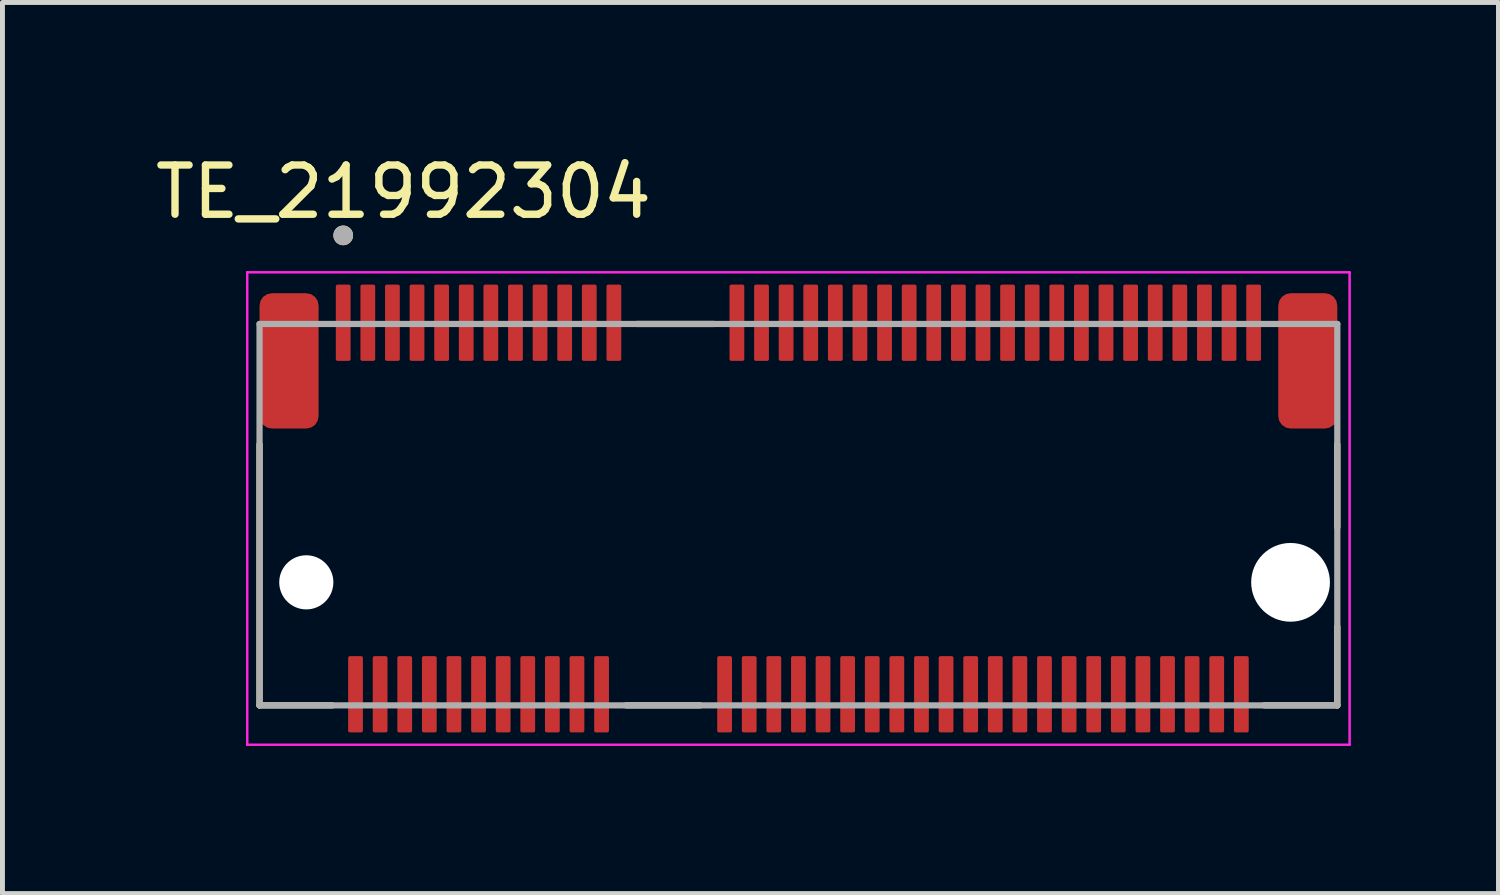
<source format=kicad_pcb>
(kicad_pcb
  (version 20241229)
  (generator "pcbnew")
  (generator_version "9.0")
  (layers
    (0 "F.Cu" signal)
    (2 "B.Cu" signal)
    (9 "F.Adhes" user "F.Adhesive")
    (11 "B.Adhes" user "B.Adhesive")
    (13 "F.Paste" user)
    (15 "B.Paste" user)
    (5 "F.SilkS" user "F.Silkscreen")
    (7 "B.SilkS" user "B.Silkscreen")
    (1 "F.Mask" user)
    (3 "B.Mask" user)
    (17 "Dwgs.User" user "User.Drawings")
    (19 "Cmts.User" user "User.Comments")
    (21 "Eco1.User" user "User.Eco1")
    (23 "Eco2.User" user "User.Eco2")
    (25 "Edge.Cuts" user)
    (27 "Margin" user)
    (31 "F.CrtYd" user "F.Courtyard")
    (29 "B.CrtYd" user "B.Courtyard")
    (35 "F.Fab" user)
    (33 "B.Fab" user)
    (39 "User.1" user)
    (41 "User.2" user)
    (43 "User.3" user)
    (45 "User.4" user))
  (footprint "TE_21992304"
    (layer "F.Cu")
    (at 13.174 8.783)
    (property "Reference" "TE_21992304" (at -8.025 -7.935 0) (layer "F.SilkS") (effects (font (size 1 1) (thickness 0.15))))
    (attr through_hole)
    (fp_line (start -10.95 2.5) (end -10.95 -2.805) (stroke (width 0.127) (type solid)) (layer "F.SilkS"))
    (fp_line (start -10.95 2.5) (end -9.47 2.5) (stroke (width 0.127) (type solid)) (layer "F.SilkS"))
    (fp_line (start -3.5 2.5) (end -2 2.5) (stroke (width 0.127) (type solid)) (layer "F.SilkS"))
    (fp_line (start -3.28 -5.25) (end -1.72 -5.25) (stroke (width 0.127) (type solid)) (layer "F.SilkS"))
    (fp_line (start 9.47 2.5) (end 10.95 2.5) (stroke (width 0.127) (type solid)) (layer "F.SilkS"))
    (fp_line (start 10.95 -2.805) (end 10.95 -1.12) (stroke (width 0.127) (type solid)) (layer "F.SilkS"))
    (fp_line (start 10.95 2.5) (end 10.95 0.9) (stroke (width 0.127) (type solid)) (layer "F.SilkS"))
    (fp_circle (center -9.25 -7.05) (end -9.15 -7.05) (stroke (width 0.2) (type solid)) (fill no) (layer "F.SilkS"))
    (fp_line (start -11.2 -6.3) (end -11.2 3.3) (stroke (width 0.05) (type solid)) (layer "F.CrtYd"))
    (fp_line (start -11.2 3.3) (end 11.2 3.3) (stroke (width 0.05) (type solid)) (layer "F.CrtYd"))
    (fp_line (start 11.2 -6.3) (end -11.2 -6.3) (stroke (width 0.05) (type solid)) (layer "F.CrtYd"))
    (fp_line (start 11.2 3.3) (end 11.2 -6.3) (stroke (width 0.05) (type solid)) (layer "F.CrtYd"))
    (fp_line (start -10.95 -5.25) (end 10.95 -5.25) (stroke (width 0.127) (type solid)) (layer "F.Fab"))
    (fp_line (start -10.95 2.5) (end -10.95 -5.25) (stroke (width 0.127) (type solid)) (layer "F.Fab"))
    (fp_line (start 10.95 -5.25) (end 10.95 2.5) (stroke (width 0.127) (type solid)) (layer "F.Fab"))
    (fp_line (start 10.95 2.5) (end -10.95 2.5) (stroke (width 0.127) (type solid)) (layer "F.Fab"))
    (fp_circle (center -9.25 -7.05) (end -9.15 -7.05) (stroke (width 0.2) (type solid)) (fill no) (layer "F.Fab"))
    (pad "" np_thru_hole circle (at -10 0) (size 1.1 1.1) (drill 1.1) (layers "*.Cu" "*.Mask"))
    (pad "" np_thru_hole circle (at 10 0) (size 1.6 1.6) (drill 1.6) (layers "*.Cu" "*.Mask"))
    (pad "1" smd roundrect (at -9.25 -5.275) (size 0.3 1.55) (layers "F.Cu" "F.Mask" "F.Paste") (roundrect_rratio 0.12))
    (pad "2" smd roundrect (at -9 2.275) (size 0.3 1.55) (layers "F.Cu" "F.Mask" "F.Paste") (roundrect_rratio 0.12))
    (pad "3" smd roundrect (at -8.75 -5.275) (size 0.3 1.55) (layers "F.Cu" "F.Mask" "F.Paste") (roundrect_rratio 0.12))
    (pad "4" smd roundrect (at -8.5 2.275) (size 0.3 1.55) (layers "F.Cu" "F.Mask" "F.Paste") (roundrect_rratio 0.12))
    (pad "5" smd roundrect (at -8.25 -5.275) (size 0.3 1.55) (layers "F.Cu" "F.Mask" "F.Paste") (roundrect_rratio 0.12))
    (pad "6" smd roundrect (at -8 2.275) (size 0.3 1.55) (layers "F.Cu" "F.Mask" "F.Paste") (roundrect_rratio 0.12))
    (pad "7" smd roundrect (at -7.75 -5.275) (size 0.3 1.55) (layers "F.Cu" "F.Mask" "F.Paste") (roundrect_rratio 0.12))
    (pad "8" smd roundrect (at -7.5 2.275) (size 0.3 1.55) (layers "F.Cu" "F.Mask" "F.Paste") (roundrect_rratio 0.12))
    (pad "9" smd roundrect (at -7.25 -5.275) (size 0.3 1.55) (layers "F.Cu" "F.Mask" "F.Paste") (roundrect_rratio 0.12))
    (pad "10" smd roundrect (at -7 2.275) (size 0.3 1.55) (layers "F.Cu" "F.Mask" "F.Paste") (roundrect_rratio 0.12))
    (pad "11" smd roundrect (at -6.75 -5.275) (size 0.3 1.55) (layers "F.Cu" "F.Mask" "F.Paste") (roundrect_rratio 0.12))
    (pad "12" smd roundrect (at -6.5 2.275) (size 0.3 1.55) (layers "F.Cu" "F.Mask" "F.Paste") (roundrect_rratio 0.12))
    (pad "13" smd roundrect (at -6.25 -5.275) (size 0.3 1.55) (layers "F.Cu" "F.Mask" "F.Paste") (roundrect_rratio 0.12))
    (pad "14" smd roundrect (at -6 2.275) (size 0.3 1.55) (layers "F.Cu" "F.Mask" "F.Paste") (roundrect_rratio 0.12))
    (pad "15" smd roundrect (at -5.75 -5.275) (size 0.3 1.55) (layers "F.Cu" "F.Mask" "F.Paste") (roundrect_rratio 0.12))
    (pad "16" smd roundrect (at -5.5 2.275) (size 0.3 1.55) (layers "F.Cu" "F.Mask" "F.Paste") (roundrect_rratio 0.12))
    (pad "17" smd roundrect (at -5.25 -5.275) (size 0.3 1.55) (layers "F.Cu" "F.Mask" "F.Paste") (roundrect_rratio 0.12))
    (pad "18" smd roundrect (at -5 2.275) (size 0.3 1.55) (layers "F.Cu" "F.Mask" "F.Paste") (roundrect_rratio 0.12))
    (pad "19" smd roundrect (at -4.75 -5.275) (size 0.3 1.55) (layers "F.Cu" "F.Mask" "F.Paste") (roundrect_rratio 0.12))
    (pad "20" smd roundrect (at -4.5 2.275) (size 0.3 1.55) (layers "F.Cu" "F.Mask" "F.Paste") (roundrect_rratio 0.12))
    (pad "21" smd roundrect (at -4.25 -5.275) (size 0.3 1.55) (layers "F.Cu" "F.Mask" "F.Paste") (roundrect_rratio 0.12))
    (pad "22" smd roundrect (at -4 2.275) (size 0.3 1.55) (layers "F.Cu" "F.Mask" "F.Paste") (roundrect_rratio 0.12))
    (pad "23" smd roundrect (at -3.75 -5.275) (size 0.3 1.55) (layers "F.Cu" "F.Mask" "F.Paste") (roundrect_rratio 0.12))
    (pad "32" smd roundrect (at -1.5 2.275) (size 0.3 1.55) (layers "F.Cu" "F.Mask" "F.Paste") (roundrect_rratio 0.12))
    (pad "33" smd roundrect (at -1.25 -5.275) (size 0.3 1.55) (layers "F.Cu" "F.Mask" "F.Paste") (roundrect_rratio 0.12))
    (pad "34" smd roundrect (at -1 2.275) (size 0.3 1.55) (layers "F.Cu" "F.Mask" "F.Paste") (roundrect_rratio 0.12))
    (pad "35" smd roundrect (at -0.75 -5.275) (size 0.3 1.55) (layers "F.Cu" "F.Mask" "F.Paste") (roundrect_rratio 0.12))
    (pad "36" smd roundrect (at -0.5 2.275) (size 0.3 1.55) (layers "F.Cu" "F.Mask" "F.Paste") (roundrect_rratio 0.12))
    (pad "37" smd roundrect (at -0.25 -5.275) (size 0.3 1.55) (layers "F.Cu" "F.Mask" "F.Paste") (roundrect_rratio 0.12))
    (pad "38" smd roundrect (at 0 2.275) (size 0.3 1.55) (layers "F.Cu" "F.Mask" "F.Paste") (roundrect_rratio 0.12))
    (pad "39" smd roundrect (at 0.25 -5.275) (size 0.3 1.55) (layers "F.Cu" "F.Mask" "F.Paste") (roundrect_rratio 0.12))
    (pad "40" smd roundrect (at 0.5 2.275) (size 0.3 1.55) (layers "F.Cu" "F.Mask" "F.Paste") (roundrect_rratio 0.12))
    (pad "41" smd roundrect (at 0.75 -5.275) (size 0.3 1.55) (layers "F.Cu" "F.Mask" "F.Paste") (roundrect_rratio 0.12))
    (pad "42" smd roundrect (at 1 2.275) (size 0.3 1.55) (layers "F.Cu" "F.Mask" "F.Paste") (roundrect_rratio 0.12))
    (pad "43" smd roundrect (at 1.25 -5.275) (size 0.3 1.55) (layers "F.Cu" "F.Mask" "F.Paste") (roundrect_rratio 0.12))
    (pad "44" smd roundrect (at 1.5 2.275) (size 0.3 1.55) (layers "F.Cu" "F.Mask" "F.Paste") (roundrect_rratio 0.12))
    (pad "45" smd roundrect (at 1.75 -5.275) (size 0.3 1.55) (layers "F.Cu" "F.Mask" "F.Paste") (roundrect_rratio 0.12))
    (pad "46" smd roundrect (at 2 2.275) (size 0.3 1.55) (layers "F.Cu" "F.Mask" "F.Paste") (roundrect_rratio 0.12))
    (pad "47" smd roundrect (at 2.25 -5.275) (size 0.3 1.55) (layers "F.Cu" "F.Mask" "F.Paste") (roundrect_rratio 0.12))
    (pad "48" smd roundrect (at 2.5 2.275) (size 0.3 1.55) (layers "F.Cu" "F.Mask" "F.Paste") (roundrect_rratio 0.12))
    (pad "49" smd roundrect (at 2.75 -5.275) (size 0.3 1.55) (layers "F.Cu" "F.Mask" "F.Paste") (roundrect_rratio 0.12))
    (pad "50" smd roundrect (at 3 2.275) (size 0.3 1.55) (layers "F.Cu" "F.Mask" "F.Paste") (roundrect_rratio 0.12))
    (pad "51" smd roundrect (at 3.25 -5.275) (size 0.3 1.55) (layers "F.Cu" "F.Mask" "F.Paste") (roundrect_rratio 0.12))
    (pad "52" smd roundrect (at 3.5 2.275) (size 0.3 1.55) (layers "F.Cu" "F.Mask" "F.Paste") (roundrect_rratio 0.12))
    (pad "53" smd roundrect (at 3.75 -5.275) (size 0.3 1.55) (layers "F.Cu" "F.Mask" "F.Paste") (roundrect_rratio 0.12))
    (pad "54" smd roundrect (at 4 2.275) (size 0.3 1.55) (layers "F.Cu" "F.Mask" "F.Paste") (roundrect_rratio 0.12))
    (pad "55" smd roundrect (at 4.25 -5.275) (size 0.3 1.55) (layers "F.Cu" "F.Mask" "F.Paste") (roundrect_rratio 0.12))
    (pad "56" smd roundrect (at 4.5 2.275) (size 0.3 1.55) (layers "F.Cu" "F.Mask" "F.Paste") (roundrect_rratio 0.12))
    (pad "57" smd roundrect (at 4.75 -5.275) (size 0.3 1.55) (layers "F.Cu" "F.Mask" "F.Paste") (roundrect_rratio 0.12))
    (pad "58" smd roundrect (at 5 2.275) (size 0.3 1.55) (layers "F.Cu" "F.Mask" "F.Paste") (roundrect_rratio 0.12))
    (pad "59" smd roundrect (at 5.25 -5.275) (size 0.3 1.55) (layers "F.Cu" "F.Mask" "F.Paste") (roundrect_rratio 0.12))
    (pad "60" smd roundrect (at 5.5 2.275) (size 0.3 1.55) (layers "F.Cu" "F.Mask" "F.Paste") (roundrect_rratio 0.12))
    (pad "61" smd roundrect (at 5.75 -5.275) (size 0.3 1.55) (layers "F.Cu" "F.Mask" "F.Paste") (roundrect_rratio 0.12))
    (pad "62" smd roundrect (at 6 2.275) (size 0.3 1.55) (layers "F.Cu" "F.Mask" "F.Paste") (roundrect_rratio 0.12))
    (pad "63" smd roundrect (at 6.25 -5.275) (size 0.3 1.55) (layers "F.Cu" "F.Mask" "F.Paste") (roundrect_rratio 0.12))
    (pad "64" smd roundrect (at 6.5 2.275) (size 0.3 1.55) (layers "F.Cu" "F.Mask" "F.Paste") (roundrect_rratio 0.12))
    (pad "65" smd roundrect (at 6.75 -5.275) (size 0.3 1.55) (layers "F.Cu" "F.Mask" "F.Paste") (roundrect_rratio 0.12))
    (pad "66" smd roundrect (at 7 2.275) (size 0.3 1.55) (layers "F.Cu" "F.Mask" "F.Paste") (roundrect_rratio 0.12))
    (pad "67" smd roundrect (at 7.25 -5.275) (size 0.3 1.55) (layers "F.Cu" "F.Mask" "F.Paste") (roundrect_rratio 0.12))
    (pad "68" smd roundrect (at 7.5 2.275) (size 0.3 1.55) (layers "F.Cu" "F.Mask" "F.Paste") (roundrect_rratio 0.12))
    (pad "69" smd roundrect (at 7.75 -5.275) (size 0.3 1.55) (layers "F.Cu" "F.Mask" "F.Paste") (roundrect_rratio 0.12))
    (pad "70" smd roundrect (at 8 2.275) (size 0.3 1.55) (layers "F.Cu" "F.Mask" "F.Paste") (roundrect_rratio 0.12))
    (pad "71" smd roundrect (at 8.25 -5.275) (size 0.3 1.55) (layers "F.Cu" "F.Mask" "F.Paste") (roundrect_rratio 0.12))
    (pad "72" smd roundrect (at 8.5 2.275) (size 0.3 1.55) (layers "F.Cu" "F.Mask" "F.Paste") (roundrect_rratio 0.12))
    (pad "73" smd roundrect (at 8.75 -5.275) (size 0.3 1.55) (layers "F.Cu" "F.Mask" "F.Paste") (roundrect_rratio 0.12))
    (pad "74" smd roundrect (at 9 2.275) (size 0.3 1.55) (layers "F.Cu" "F.Mask" "F.Paste") (roundrect_rratio 0.12))
    (pad "75" smd roundrect (at 9.25 -5.275) (size 0.3 1.55) (layers "F.Cu" "F.Mask" "F.Paste") (roundrect_rratio 0.12))
    (pad "S1" smd roundrect (at -10.35 -4.5) (size 1.2 2.75) (layers "F.Cu" "F.Mask" "F.Paste") (roundrect_rratio 0.21))
    (pad "S2" smd roundrect (at 10.35 -4.5) (size 1.2 2.75) (layers "F.Cu" "F.Mask" "F.Paste") (roundrect_rratio 0.21)))
  (gr_rect
    (start -3 -3)
    (end 27.399 15.108)
    (stroke (width 0.1) (type default))
    (fill no)
    (layer "Edge.Cuts")))
</source>
